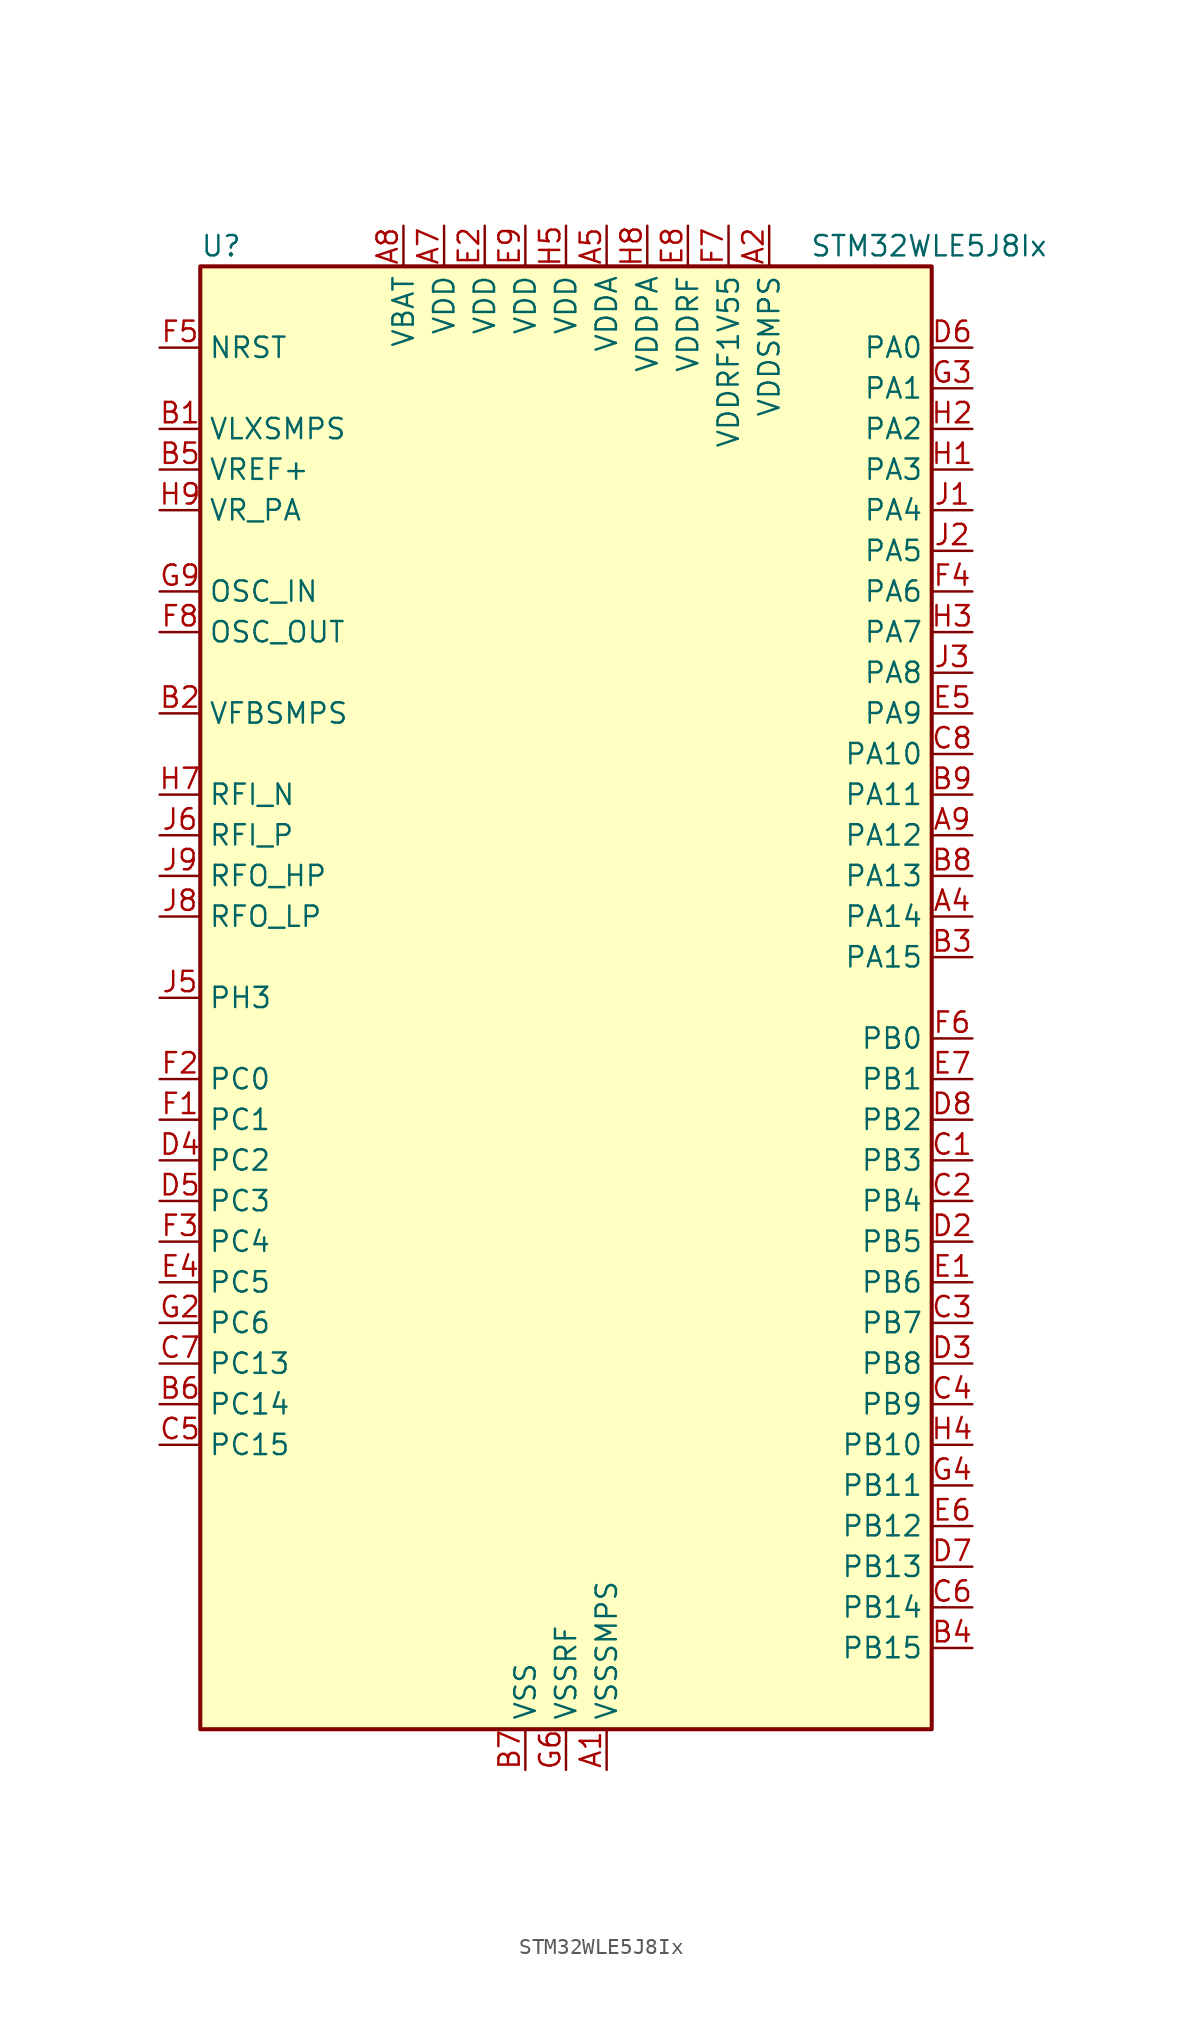
<source format=kicad_sym>
(kicad_symbol_lib
  (version 20241209)
  (generator "kicad_symbol_editor")
  (generator_version "9.0")
  (symbol "STM32WLE5J8Ix"
    (property "Reference" "U"
      (at -22.86 46.99 0)
      (effects (font (size 1.27 1.27)) (justify left)))
    (property "Value" "STM32WLE5J8Ix"
      (at 15.24 46.99 0)
      (effects (font (size 1.27 1.27)) (justify left)))
    (symbol "STM32WLE5J8Ix_0_1"
      (rectangle (start -22.86 -45.72) (end 22.86 45.72) (stroke (width 0.254) (type default)) (fill (type background))))
    (symbol "STM32WLE5J8Ix_1_1"
      (pin input line (at -25.4 40.64 0) (length 2.54) (name "NRST" (effects (font (size 1.27 1.27)))) (number "F5" (effects (font (size 1.27 1.27)))))
      (pin power_in line (at -25.4 35.56 0) (length 2.54) (name "VLXSMPS" (effects (font (size 1.27 1.27)))) (number "B1" (effects (font (size 1.27 1.27)))))
      (pin input line (at -25.4 33.02 0) (length 2.54) (name "VREF+" (effects (font (size 1.27 1.27)))) (number "B5" (effects (font (size 1.27 1.27)))) (alternate "VREFBUF_OUT" bidirectional line))
      (pin power_in line (at -25.4 30.48 0) (length 2.54) (name "VR_PA" (effects (font (size 1.27 1.27)))) (number "H9" (effects (font (size 1.27 1.27)))))
      (pin input line (at -25.4 25.4 0) (length 2.54) (name "OSC_IN" (effects (font (size 1.27 1.27)))) (number "G9" (effects (font (size 1.27 1.27)))) (alternate "RCC_OSC_IN" bidirectional line))
      (pin input line (at -25.4 22.86 0) (length 2.54) (name "OSC_OUT" (effects (font (size 1.27 1.27)))) (number "F8" (effects (font (size 1.27 1.27)))) (alternate "RCC_OSC_OUT" bidirectional line))
      (pin input line (at -25.4 17.78 0) (length 2.54) (name "VFBSMPS" (effects (font (size 1.27 1.27)))) (number "B2" (effects (font (size 1.27 1.27)))))
      (pin bidirectional line (at -25.4 12.7 0) (length 2.54) (name "RFI_N" (effects (font (size 1.27 1.27)))) (number "H7" (effects (font (size 1.27 1.27)))))
      (pin bidirectional line (at -25.4 10.16 0) (length 2.54) (name "RFI_P" (effects (font (size 1.27 1.27)))) (number "J6" (effects (font (size 1.27 1.27)))))
      (pin bidirectional line (at -25.4 7.62 0) (length 2.54) (name "RFO_HP" (effects (font (size 1.27 1.27)))) (number "J9" (effects (font (size 1.27 1.27)))))
      (pin bidirectional line (at -25.4 5.08 0) (length 2.54) (name "RFO_LP" (effects (font (size 1.27 1.27)))) (number "J8" (effects (font (size 1.27 1.27)))))
      (pin bidirectional line (at -25.4 0 0) (length 2.54) (name "PH3" (effects (font (size 1.27 1.27)))) (number "J5" (effects (font (size 1.27 1.27)))))
      (pin bidirectional line (at -25.4 -5.08 0) (length 2.54) (name "PC0" (effects (font (size 1.27 1.27)))) (number "F2" (effects (font (size 1.27 1.27)))) (alternate "I2C3_SCL" bidirectional line) (alternate "LPTIM1_IN1" bidirectional line) (alternate "LPTIM2_IN1" bidirectional line) (alternate "LPUART1_RX" bidirectional line))
      (pin bidirectional line (at -25.4 -7.62 0) (length 2.54) (name "PC1" (effects (font (size 1.27 1.27)))) (number "F1" (effects (font (size 1.27 1.27)))) (alternate "I2C3_SDA" bidirectional line) (alternate "I2S2_SD" bidirectional line) (alternate "LPTIM1_OUT" bidirectional line) (alternate "LPUART1_TX" bidirectional line) (alternate "SPI2_MOSI" bidirectional line))
      (pin bidirectional line (at -25.4 -10.16 0) (length 2.54) (name "PC2" (effects (font (size 1.27 1.27)))) (number "D4" (effects (font (size 1.27 1.27)))) (alternate "LPTIM1_IN2" bidirectional line) (alternate "SPI2_MISO" bidirectional line))
      (pin bidirectional line (at -25.4 -12.7 0) (length 2.54) (name "PC3" (effects (font (size 1.27 1.27)))) (number "D5" (effects (font (size 1.27 1.27)))) (alternate "I2S2_SD" bidirectional line) (alternate "LPTIM1_ETR" bidirectional line) (alternate "LPTIM2_ETR" bidirectional line) (alternate "SPI2_MOSI" bidirectional line))
      (pin bidirectional line (at -25.4 -15.24 0) (length 2.54) (name "PC4" (effects (font (size 1.27 1.27)))) (number "F3" (effects (font (size 1.27 1.27)))))
      (pin bidirectional line (at -25.4 -17.78 0) (length 2.54) (name "PC5" (effects (font (size 1.27 1.27)))) (number "E4" (effects (font (size 1.27 1.27)))))
      (pin bidirectional line (at -25.4 -20.32 0) (length 2.54) (name "PC6" (effects (font (size 1.27 1.27)))) (number "G2" (effects (font (size 1.27 1.27)))) (alternate "I2S2_MCK" bidirectional line))
      (pin bidirectional line (at -25.4 -22.86 0) (length 2.54) (name "PC13" (effects (font (size 1.27 1.27)))) (number "C7" (effects (font (size 1.27 1.27)))) (alternate "PWR_WKUP2" bidirectional line) (alternate "RTC_OUT1" bidirectional line) (alternate "RTC_TAMP_IN1" bidirectional line) (alternate "RTC_TS" bidirectional line))
      (pin bidirectional line (at -25.4 -25.4 0) (length 2.54) (name "PC14" (effects (font (size 1.27 1.27)))) (number "B6" (effects (font (size 1.27 1.27)))) (alternate "RCC_OSC32_IN" bidirectional line))
      (pin bidirectional line (at -25.4 -27.94 0) (length 2.54) (name "PC15" (effects (font (size 1.27 1.27)))) (number "C5" (effects (font (size 1.27 1.27)))) (alternate "RCC_OSC32_OUT" bidirectional line))
      (pin power_in line (at -10.16 48.26 270) (length 2.54) (name "VBAT" (effects (font (size 1.27 1.27)))) (number "A8" (effects (font (size 1.27 1.27)))))
      (pin power_in line (at -7.62 48.26 270) (length 2.54) (name "VDD" (effects (font (size 1.27 1.27)))) (number "A7" (effects (font (size 1.27 1.27)))))
      (pin power_in line (at -5.08 48.26 270) (length 2.54) (name "VDD" (effects (font (size 1.27 1.27)))) (number "E2" (effects (font (size 1.27 1.27)))))
      (pin power_in line (at -2.54 48.26 270) (length 2.54) (name "VDD" (effects (font (size 1.27 1.27)))) (number "E9" (effects (font (size 1.27 1.27)))))
      (pin power_in line (at -2.54 -48.26 90) (length 2.54) (name "VSS" (effects (font (size 1.27 1.27)))) (number "B7" (effects (font (size 1.27 1.27)))))
      (pin passive line (at -2.54 -48.26 90) (length 2.54) (hide yes) (name "VSS" (effects (font (size 1.27 1.27)))) (number "D9" (effects (font (size 1.27 1.27)))))
      (pin passive line (at -2.54 -48.26 90) (length 2.54) (hide yes) (name "VSS" (effects (font (size 1.27 1.27)))) (number "E3" (effects (font (size 1.27 1.27)))))
      (pin passive line (at -2.54 -48.26 90) (length 2.54) (hide yes) (name "VSS" (effects (font (size 1.27 1.27)))) (number "G5" (effects (font (size 1.27 1.27)))))
      (pin power_in line (at 0 48.26 270) (length 2.54) (name "VDD" (effects (font (size 1.27 1.27)))) (number "H5" (effects (font (size 1.27 1.27)))))
      (pin power_in line (at 0 -48.26 90) (length 2.54) (name "VSSRF" (effects (font (size 1.27 1.27)))) (number "G6" (effects (font (size 1.27 1.27)))))
      (pin passive line (at 0 -48.26 90) (length 2.54) (hide yes) (name "VSSRF" (effects (font (size 1.27 1.27)))) (number "G7" (effects (font (size 1.27 1.27)))))
      (pin passive line (at 0 -48.26 90) (length 2.54) (hide yes) (name "VSSRF" (effects (font (size 1.27 1.27)))) (number "G8" (effects (font (size 1.27 1.27)))))
      (pin passive line (at 0 -48.26 90) (length 2.54) (hide yes) (name "VSSRF" (effects (font (size 1.27 1.27)))) (number "H6" (effects (font (size 1.27 1.27)))))
      (pin power_in line (at 2.54 48.26 270) (length 2.54) (name "VDDA" (effects (font (size 1.27 1.27)))) (number "A5" (effects (font (size 1.27 1.27)))))
      (pin power_in line (at 2.54 -48.26 90) (length 2.54) (name "VSSSMPS" (effects (font (size 1.27 1.27)))) (number "A1" (effects (font (size 1.27 1.27)))))
      (pin power_in line (at 5.08 48.26 270) (length 2.54) (name "VDDPA" (effects (font (size 1.27 1.27)))) (number "H8" (effects (font (size 1.27 1.27)))))
      (pin power_in line (at 7.62 48.26 270) (length 2.54) (name "VDDRF" (effects (font (size 1.27 1.27)))) (number "E8" (effects (font (size 1.27 1.27)))))
      (pin power_in line (at 10.16 48.26 270) (length 2.54) (name "VDDRF1V55" (effects (font (size 1.27 1.27)))) (number "F7" (effects (font (size 1.27 1.27)))))
      (pin power_in line (at 12.7 48.26 270) (length 2.54) (name "VDDSMPS" (effects (font (size 1.27 1.27)))) (number "A2" (effects (font (size 1.27 1.27)))))
      (pin bidirectional line (at 25.4 40.64 180) (length 2.54) (name "PA0" (effects (font (size 1.27 1.27)))) (number "D6" (effects (font (size 1.27 1.27)))) (alternate "COMP1_OUT" bidirectional line) (alternate "DEBUG_PWR-REGLP1S" bidirectional line) (alternate "I2C3_SMBA" bidirectional line) (alternate "I2S_CKIN" bidirectional line) (alternate "PWR_WKUP1" bidirectional line) (alternate "RTC_TAMP_IN2" bidirectional line) (alternate "TIM2_CH1" bidirectional line) (alternate "TIM2_ETR" bidirectional line) (alternate "USART2_CTS" bidirectional line) (alternate "USART2_NSS" bidirectional line))
      (pin bidirectional line (at 25.4 38.1 180) (length 2.54) (name "PA1" (effects (font (size 1.27 1.27)))) (number "G3" (effects (font (size 1.27 1.27)))) (alternate "DEBUG_PWR-REGLP2S" bidirectional line) (alternate "I2C1_SMBA" bidirectional line) (alternate "LPTIM3_OUT" bidirectional line) (alternate "LPUART1_RTS" bidirectional line) (alternate "SPI1_SCK" bidirectional line) (alternate "TIM2_CH2" bidirectional line) (alternate "USART2_DE" bidirectional line) (alternate "USART2_RTS" bidirectional line))
      (pin bidirectional line (at 25.4 35.56 180) (length 2.54) (name "PA2" (effects (font (size 1.27 1.27)))) (number "H2" (effects (font (size 1.27 1.27)))) (alternate "COMP2_OUT" bidirectional line) (alternate "DEBUG_PWR-LDORDY" bidirectional line) (alternate "LPUART1_TX" bidirectional line) (alternate "RCC_LSCO" bidirectional line) (alternate "TIM2_CH3" bidirectional line) (alternate "USART2_TX" bidirectional line))
      (pin bidirectional line (at 25.4 33.02 180) (length 2.54) (name "PA3" (effects (font (size 1.27 1.27)))) (number "H1" (effects (font (size 1.27 1.27)))) (alternate "I2S2_MCK" bidirectional line) (alternate "LPUART1_RX" bidirectional line) (alternate "TIM2_CH4" bidirectional line) (alternate "USART2_RX" bidirectional line))
      (pin bidirectional line (at 25.4 30.48 180) (length 2.54) (name "PA4" (effects (font (size 1.27 1.27)))) (number "J1" (effects (font (size 1.27 1.27)))) (alternate "DEBUG_SUBGHZSPI-NSSOUT" bidirectional line) (alternate "LPTIM1_OUT" bidirectional line) (alternate "LPTIM2_OUT" bidirectional line) (alternate "RTC_OUT2" bidirectional line) (alternate "SPI1_NSS" bidirectional line) (alternate "USART2_CK" bidirectional line))
      (pin bidirectional line (at 25.4 27.94 180) (length 2.54) (name "PA5" (effects (font (size 1.27 1.27)))) (number "J2" (effects (font (size 1.27 1.27)))) (alternate "DEBUG_SUBGHZSPI-SCKOUT" bidirectional line) (alternate "LPTIM2_ETR" bidirectional line) (alternate "SPI1_SCK" bidirectional line) (alternate "SPI2_MISO" bidirectional line) (alternate "TIM2_CH1" bidirectional line) (alternate "TIM2_ETR" bidirectional line))
      (pin bidirectional line (at 25.4 25.4 180) (length 2.54) (name "PA6" (effects (font (size 1.27 1.27)))) (number "F4" (effects (font (size 1.27 1.27)))) (alternate "DEBUG_SUBGHZSPI-MISOOUT" bidirectional line) (alternate "I2C2_SMBA" bidirectional line) (alternate "LPUART1_CTS" bidirectional line) (alternate "SPI1_MISO" bidirectional line) (alternate "TIM16_CH1" bidirectional line) (alternate "TIM1_BKIN" bidirectional line))
      (pin bidirectional line (at 25.4 22.86 180) (length 2.54) (name "PA7" (effects (font (size 1.27 1.27)))) (number "H3" (effects (font (size 1.27 1.27)))) (alternate "COMP2_OUT" bidirectional line) (alternate "DEBUG_SUBGHZSPI-MOSIOUT" bidirectional line) (alternate "I2C3_SCL" bidirectional line) (alternate "SPI1_MOSI" bidirectional line) (alternate "TIM17_CH1" bidirectional line) (alternate "TIM1_CH1N" bidirectional line))
      (pin bidirectional line (at 25.4 20.32 180) (length 2.54) (name "PA8" (effects (font (size 1.27 1.27)))) (number "J3" (effects (font (size 1.27 1.27)))) (alternate "I2S2_CK" bidirectional line) (alternate "LPTIM2_OUT" bidirectional line) (alternate "RCC_MCO" bidirectional line) (alternate "SPI2_SCK" bidirectional line) (alternate "TIM1_CH1" bidirectional line) (alternate "USART1_CK" bidirectional line))
      (pin bidirectional line (at 25.4 17.78 180) (length 2.54) (name "PA9" (effects (font (size 1.27 1.27)))) (number "E5" (effects (font (size 1.27 1.27)))) (alternate "DAC_EXTI9" bidirectional line) (alternate "I2C1_SCL" bidirectional line) (alternate "I2S2_CK" bidirectional line) (alternate "I2S2_WS" bidirectional line) (alternate "SPI2_NSS" bidirectional line) (alternate "SPI2_SCK" bidirectional line) (alternate "TIM1_CH2" bidirectional line) (alternate "USART1_TX" bidirectional line))
      (pin bidirectional line (at 25.4 15.24 180) (length 2.54) (name "PA10" (effects (font (size 1.27 1.27)))) (number "C8" (effects (font (size 1.27 1.27)))) (alternate "ADC_IN6" bidirectional line) (alternate "COMP1_INM" bidirectional line) (alternate "COMP2_INM" bidirectional line) (alternate "DAC_OUT1" bidirectional line) (alternate "DEBUG_RF-HSE32RDY" bidirectional line) (alternate "I2C1_SDA" bidirectional line) (alternate "I2S2_SD" bidirectional line) (alternate "RTC_REFIN" bidirectional line) (alternate "SPI2_MOSI" bidirectional line) (alternate "TIM17_BKIN" bidirectional line) (alternate "TIM1_CH3" bidirectional line) (alternate "USART1_RX" bidirectional line))
      (pin bidirectional line (at 25.4 12.7 180) (length 2.54) (name "PA11" (effects (font (size 1.27 1.27)))) (number "B9" (effects (font (size 1.27 1.27)))) (alternate "ADC_EXTI11" bidirectional line) (alternate "ADC_IN7" bidirectional line) (alternate "COMP1_INM" bidirectional line) (alternate "COMP2_INM" bidirectional line) (alternate "DEBUG_RF-NRESET" bidirectional line) (alternate "I2C2_SDA" bidirectional line) (alternate "LPTIM3_ETR" bidirectional line) (alternate "SPI1_MISO" bidirectional line) (alternate "TIM1_BKIN2" bidirectional line) (alternate "TIM1_CH4" bidirectional line) (alternate "USART1_CTS" bidirectional line) (alternate "USART1_NSS" bidirectional line))
      (pin bidirectional line (at 25.4 10.16 180) (length 2.54) (name "PA12" (effects (font (size 1.27 1.27)))) (number "A9" (effects (font (size 1.27 1.27)))) (alternate "ADC_IN8" bidirectional line) (alternate "DEBUG_RF-BUSY" bidirectional line) (alternate "I2C2_SCL" bidirectional line) (alternate "LPTIM3_IN1" bidirectional line) (alternate "SPI1_MOSI" bidirectional line) (alternate "TIM1_ETR" bidirectional line) (alternate "USART1_DE" bidirectional line) (alternate "USART1_RTS" bidirectional line))
      (pin bidirectional line (at 25.4 7.62 180) (length 2.54) (name "PA13" (effects (font (size 1.27 1.27)))) (number "B8" (effects (font (size 1.27 1.27)))) (alternate "ADC_IN9" bidirectional line) (alternate "DEBUG_JTMS-SWDIO" bidirectional line) (alternate "I2C2_SMBA" bidirectional line) (alternate "IR_OUT" bidirectional line))
      (pin bidirectional line (at 25.4 5.08 180) (length 2.54) (name "PA14" (effects (font (size 1.27 1.27)))) (number "A4" (effects (font (size 1.27 1.27)))) (alternate "ADC_IN10" bidirectional line) (alternate "DEBUG_JTCK-SWCLK" bidirectional line) (alternate "I2C1_SMBA" bidirectional line) (alternate "LPTIM1_OUT" bidirectional line))
      (pin bidirectional line (at 25.4 2.54 180) (length 2.54) (name "PA15" (effects (font (size 1.27 1.27)))) (number "B3" (effects (font (size 1.27 1.27)))) (alternate "ADC_IN11" bidirectional line) (alternate "COMP1_INM" bidirectional line) (alternate "COMP2_INP" bidirectional line) (alternate "DEBUG_JTDI" bidirectional line) (alternate "I2C2_SDA" bidirectional line) (alternate "SPI1_NSS" bidirectional line) (alternate "TIM2_CH1" bidirectional line) (alternate "TIM2_ETR" bidirectional line))
      (pin bidirectional line (at 25.4 -2.54 180) (length 2.54) (name "PB0" (effects (font (size 1.27 1.27)))) (number "F6" (effects (font (size 1.27 1.27)))) (alternate "COMP1_OUT" bidirectional line) (alternate "VDDTCXO" bidirectional line))
      (pin bidirectional line (at 25.4 -5.08 180) (length 2.54) (name "PB1" (effects (font (size 1.27 1.27)))) (number "E7" (effects (font (size 1.27 1.27)))) (alternate "ADC_IN5" bidirectional line) (alternate "COMP2_INP" bidirectional line) (alternate "LPTIM2_IN1" bidirectional line) (alternate "LPUART1_DE" bidirectional line) (alternate "LPUART1_RTS" bidirectional line))
      (pin bidirectional line (at 25.4 -7.62 180) (length 2.54) (name "PB2" (effects (font (size 1.27 1.27)))) (number "D8" (effects (font (size 1.27 1.27)))) (alternate "ADC_IN4" bidirectional line) (alternate "COMP1_INP" bidirectional line) (alternate "COMP2_INM" bidirectional line) (alternate "DEBUG_RF-SMPSRDY" bidirectional line) (alternate "I2C3_SMBA" bidirectional line) (alternate "LPTIM1_OUT" bidirectional line) (alternate "SPI1_NSS" bidirectional line))
      (pin bidirectional line (at 25.4 -10.16 180) (length 2.54) (name "PB3" (effects (font (size 1.27 1.27)))) (number "C1" (effects (font (size 1.27 1.27)))) (alternate "ADC_IN2" bidirectional line) (alternate "COMP1_INM" bidirectional line) (alternate "COMP2_INM" bidirectional line) (alternate "DEBUG_JTDO-SWO" bidirectional line) (alternate "DEBUG_RF-DTB1" bidirectional line) (alternate "PWR_WKUP3" bidirectional line) (alternate "RTC_TAMP_IN3" bidirectional line) (alternate "SPI1_SCK" bidirectional line) (alternate "TIM2_CH2" bidirectional line) (alternate "USART1_DE" bidirectional line) (alternate "USART1_RTS" bidirectional line))
      (pin bidirectional line (at 25.4 -12.7 180) (length 2.54) (name "PB4" (effects (font (size 1.27 1.27)))) (number "C2" (effects (font (size 1.27 1.27)))) (alternate "ADC_IN3" bidirectional line) (alternate "COMP1_INP" bidirectional line) (alternate "COMP2_INP" bidirectional line) (alternate "DEBUG_JTRST" bidirectional line) (alternate "DEBUG_RF-LDORDY" bidirectional line) (alternate "I2C3_SDA" bidirectional line) (alternate "SPI1_MISO" bidirectional line) (alternate "TIM17_BKIN" bidirectional line) (alternate "USART1_CTS" bidirectional line) (alternate "USART1_NSS" bidirectional line))
      (pin bidirectional line (at 25.4 -15.24 180) (length 2.54) (name "PB5" (effects (font (size 1.27 1.27)))) (number "D2" (effects (font (size 1.27 1.27)))) (alternate "COMP2_OUT" bidirectional line) (alternate "I2C1_SMBA" bidirectional line) (alternate "LPTIM1_IN1" bidirectional line) (alternate "SPI1_MOSI" bidirectional line) (alternate "TIM16_BKIN" bidirectional line) (alternate "USART1_CK" bidirectional line))
      (pin bidirectional line (at 25.4 -17.78 180) (length 2.54) (name "PB6" (effects (font (size 1.27 1.27)))) (number "E1" (effects (font (size 1.27 1.27)))) (alternate "I2C1_SCL" bidirectional line) (alternate "LPTIM1_ETR" bidirectional line) (alternate "TIM16_CH1N" bidirectional line) (alternate "USART1_TX" bidirectional line))
      (pin bidirectional line (at 25.4 -20.32 180) (length 2.54) (name "PB7" (effects (font (size 1.27 1.27)))) (number "C3" (effects (font (size 1.27 1.27)))) (alternate "I2C1_SDA" bidirectional line) (alternate "LPTIM1_IN2" bidirectional line) (alternate "PWR_PVD_IN" bidirectional line) (alternate "TIM17_CH1N" bidirectional line) (alternate "TIM1_BKIN" bidirectional line) (alternate "USART1_RX" bidirectional line))
      (pin bidirectional line (at 25.4 -22.86 180) (length 2.54) (name "PB8" (effects (font (size 1.27 1.27)))) (number "D3" (effects (font (size 1.27 1.27)))) (alternate "I2C1_SCL" bidirectional line) (alternate "TIM16_CH1" bidirectional line) (alternate "TIM1_CH2N" bidirectional line))
      (pin bidirectional line (at 25.4 -25.4 180) (length 2.54) (name "PB9" (effects (font (size 1.27 1.27)))) (number "C4" (effects (font (size 1.27 1.27)))) (alternate "DAC_EXTI9" bidirectional line) (alternate "I2C1_SDA" bidirectional line) (alternate "I2S2_WS" bidirectional line) (alternate "IR_OUT" bidirectional line) (alternate "SPI2_NSS" bidirectional line) (alternate "TIM17_CH1" bidirectional line) (alternate "TIM1_CH3N" bidirectional line))
      (pin bidirectional line (at 25.4 -27.94 180) (length 2.54) (name "PB10" (effects (font (size 1.27 1.27)))) (number "H4" (effects (font (size 1.27 1.27)))) (alternate "COMP1_OUT" bidirectional line) (alternate "I2C3_SCL" bidirectional line) (alternate "I2S2_CK" bidirectional line) (alternate "LPUART1_RX" bidirectional line) (alternate "SPI2_SCK" bidirectional line) (alternate "TIM2_CH3" bidirectional line))
      (pin bidirectional line (at 25.4 -30.48 180) (length 2.54) (name "PB11" (effects (font (size 1.27 1.27)))) (number "G4" (effects (font (size 1.27 1.27)))) (alternate "ADC_EXTI11" bidirectional line) (alternate "COMP2_OUT" bidirectional line) (alternate "I2C3_SDA" bidirectional line) (alternate "LPUART1_TX" bidirectional line) (alternate "TIM2_CH4" bidirectional line))
      (pin bidirectional line (at 25.4 -33.02 180) (length 2.54) (name "PB12" (effects (font (size 1.27 1.27)))) (number "E6" (effects (font (size 1.27 1.27)))) (alternate "I2C3_SMBA" bidirectional line) (alternate "I2S2_WS" bidirectional line) (alternate "LPUART1_RTS" bidirectional line) (alternate "SPI2_NSS" bidirectional line) (alternate "TIM1_BKIN" bidirectional line))
      (pin bidirectional line (at 25.4 -35.56 180) (length 2.54) (name "PB13" (effects (font (size 1.27 1.27)))) (number "D7" (effects (font (size 1.27 1.27)))) (alternate "ADC_IN0" bidirectional line) (alternate "I2C3_SCL" bidirectional line) (alternate "I2S2_CK" bidirectional line) (alternate "LPUART1_CTS" bidirectional line) (alternate "SPI2_SCK" bidirectional line) (alternate "TIM1_CH1N" bidirectional line))
      (pin bidirectional line (at 25.4 -38.1 180) (length 2.54) (name "PB14" (effects (font (size 1.27 1.27)))) (number "C6" (effects (font (size 1.27 1.27)))) (alternate "ADC_IN1" bidirectional line) (alternate "I2C3_SDA" bidirectional line) (alternate "I2S2_MCK" bidirectional line) (alternate "SPI2_MISO" bidirectional line) (alternate "TIM1_CH2N" bidirectional line))
      (pin bidirectional line (at 25.4 -40.64 180) (length 2.54) (name "PB15" (effects (font (size 1.27 1.27)))) (number "B4" (effects (font (size 1.27 1.27)))) (alternate "I2C2_SCL" bidirectional line) (alternate "I2S2_SD" bidirectional line) (alternate "SPI2_MOSI" bidirectional line) (alternate "TIM1_CH3N" bidirectional line)))))
</source>
